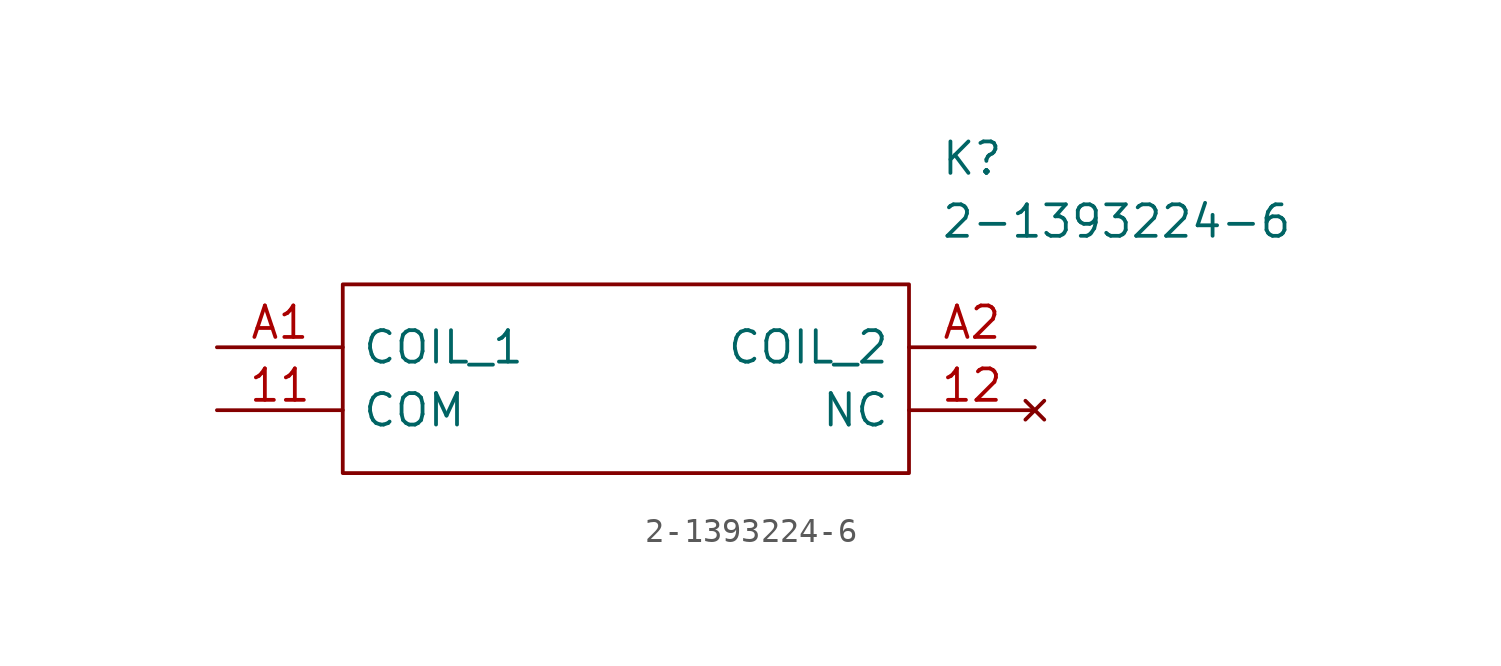
<source format=kicad_sym>
(kicad_symbol_lib
  (version 20211014)
  (generator kicad_symbol_editor)
  (symbol "2-1393224-6"
    (pin_names
      (offset 0.762))
    (property "Reference" "K"
      (at 29.21 7.62 0)
      (effects (font (size 1.27 1.27)) (justify left)))
    (property "Value" "2-1393224-6"
      (at 29.21 5.08 0)
      (effects (font (size 1.27 1.27)) (justify left)))
    (symbol "2-1393224-6_0_0"
      (pin passive line (at 0 -2.54 0) (length 5.08) (name "COM" (effects (font (size 1.27 1.27)))) (number "11" (effects (font (size 1.27 1.27)))))
      (pin no_connect line (at 33.02 -2.54 180) (length 5.08) (name "NC" (effects (font (size 1.27 1.27)))) (number "12" (effects (font (size 1.27 1.27)))))
      (pin passive line (at 0 0 0) (length 5.08) (name "COIL_1" (effects (font (size 1.27 1.27)))) (number "A1" (effects (font (size 1.27 1.27)))))
      (pin passive line (at 33.02 0 180) (length 5.08) (name "COIL_2" (effects (font (size 1.27 1.27)))) (number "A2" (effects (font (size 1.27 1.27))))))
    (symbol "2-1393224-6_0_1"
      (polyline (pts (xy 5.08 2.54) (xy 27.94 2.54) (xy 27.94 -5.08) (xy 5.08 -5.08) (xy 5.08 2.54)) (stroke (width 0.152) (type default) (color 0 0 0 0)) (fill (type none))))))
</source>
